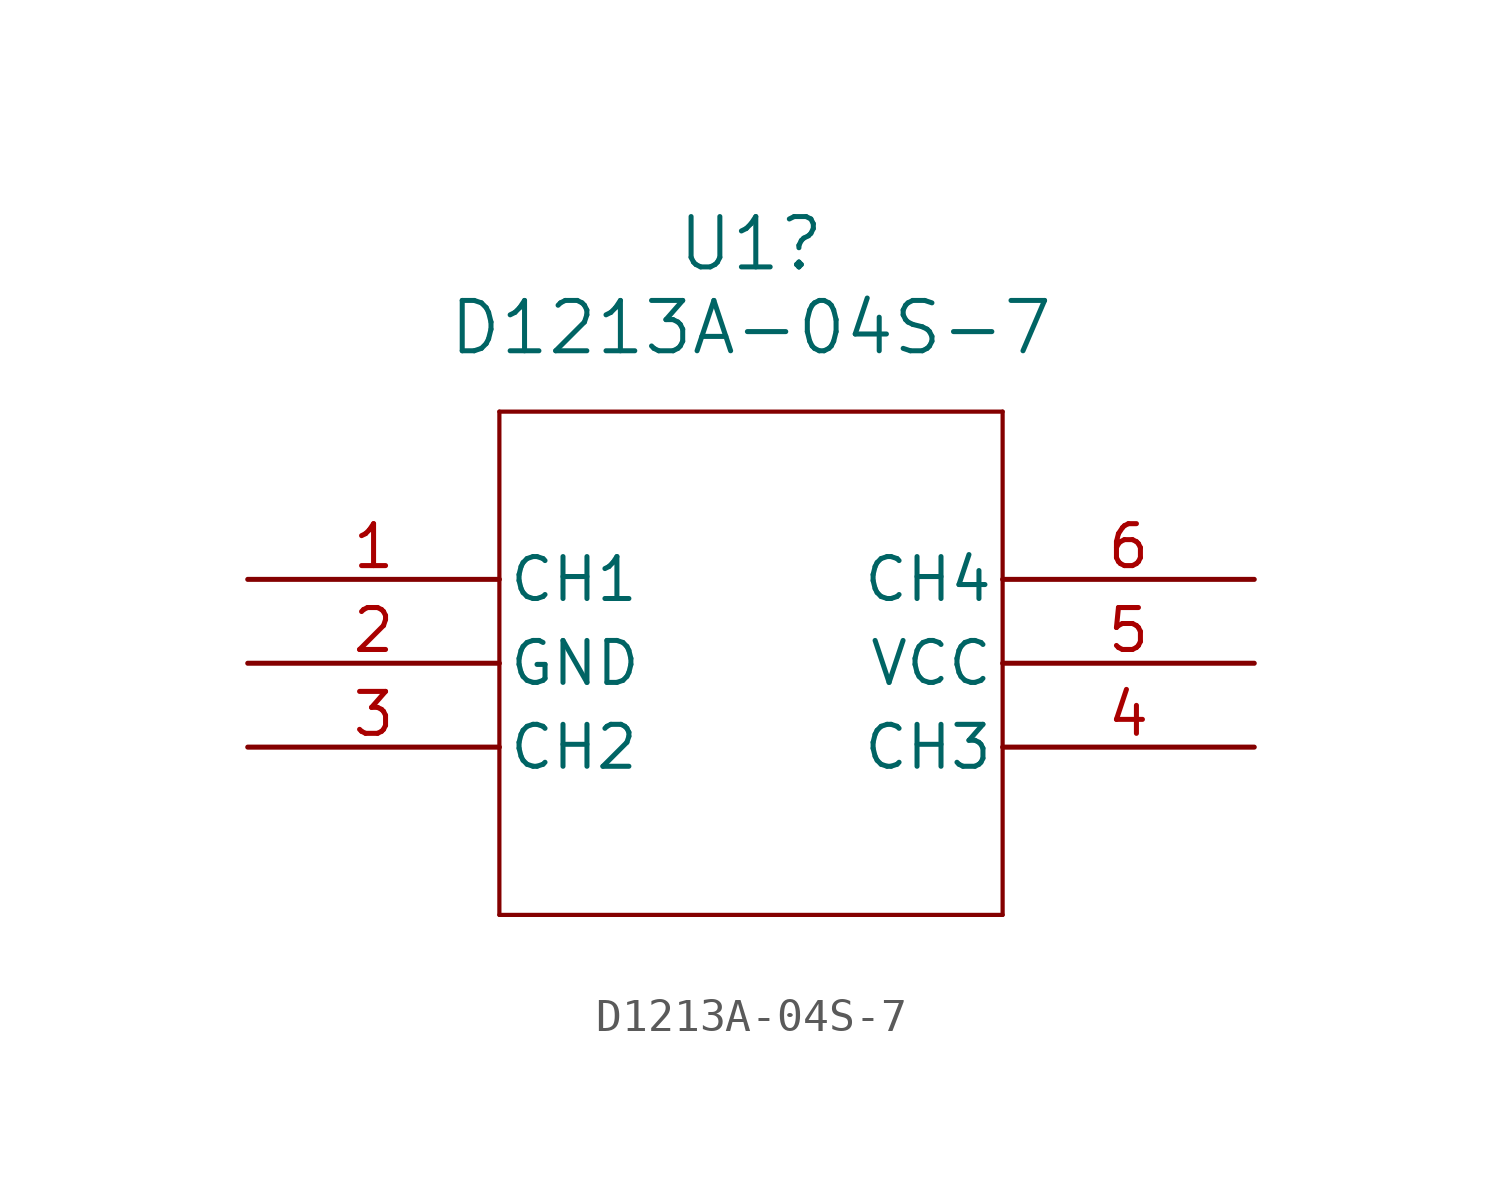
<source format=kicad_sym>
(kicad_symbol_lib
  (version 20220914)
  (generator kicad_symbol_editor)
  (symbol "D1213A-04S-7"
    (pin_names
      (offset 0.254))
    (property "Reference" "U1"
      (at 15.24 10.16 0)
      (effects (font (size 1.524 1.524))))
    (property "Value" "D1213A-04S-7"
      (at 15.24 7.62 0)
      (effects (font (size 1.524 1.524))))
    (property "ki_locked" ""
      (at 0 0 0)
      (effects (font (size 1.27 1.27))))
    (symbol "D1213A-04S-7_0_1"
      (polyline (pts (xy 7.62 -10.16) (xy 22.86 -10.16)) (stroke (width 0.127) (type default)) (fill (type none)))
      (polyline (pts (xy 7.62 5.08) (xy 7.62 -10.16)) (stroke (width 0.127) (type default)) (fill (type none)))
      (polyline (pts (xy 22.86 -10.16) (xy 22.86 5.08)) (stroke (width 0.127) (type default)) (fill (type none)))
      (polyline (pts (xy 22.86 5.08) (xy 7.62 5.08)) (stroke (width 0.127) (type default)) (fill (type none)))
      (pin unspecified line (at 0 0 0) (length 7.62) (name "CH1" (effects (font (size 1.27 1.27)))) (number "1" (effects (font (size 1.27 1.27)))))
      (pin unspecified line (at 0 -5.08 0) (length 7.62) (name "CH2" (effects (font (size 1.27 1.27)))) (number "3" (effects (font (size 1.27 1.27)))))
      (pin unspecified line (at 30.48 -5.08 180) (length 7.62) (name "CH3" (effects (font (size 1.27 1.27)))) (number "4" (effects (font (size 1.27 1.27)))))
      (pin unspecified line (at 30.48 0 180) (length 7.62) (name "CH4" (effects (font (size 1.27 1.27)))) (number "6" (effects (font (size 1.27 1.27))))))
    (symbol "D1213A-04S-7_1_1"
      (pin power_in line (at 0 -2.54 0) (length 7.62) (name "GND" (effects (font (size 1.27 1.27)))) (number "2" (effects (font (size 1.27 1.27)))))
      (pin power_in line (at 30.48 -2.54 180) (length 7.62) (name "VCC" (effects (font (size 1.27 1.27)))) (number "5" (effects (font (size 1.27 1.27))))))))
</source>
